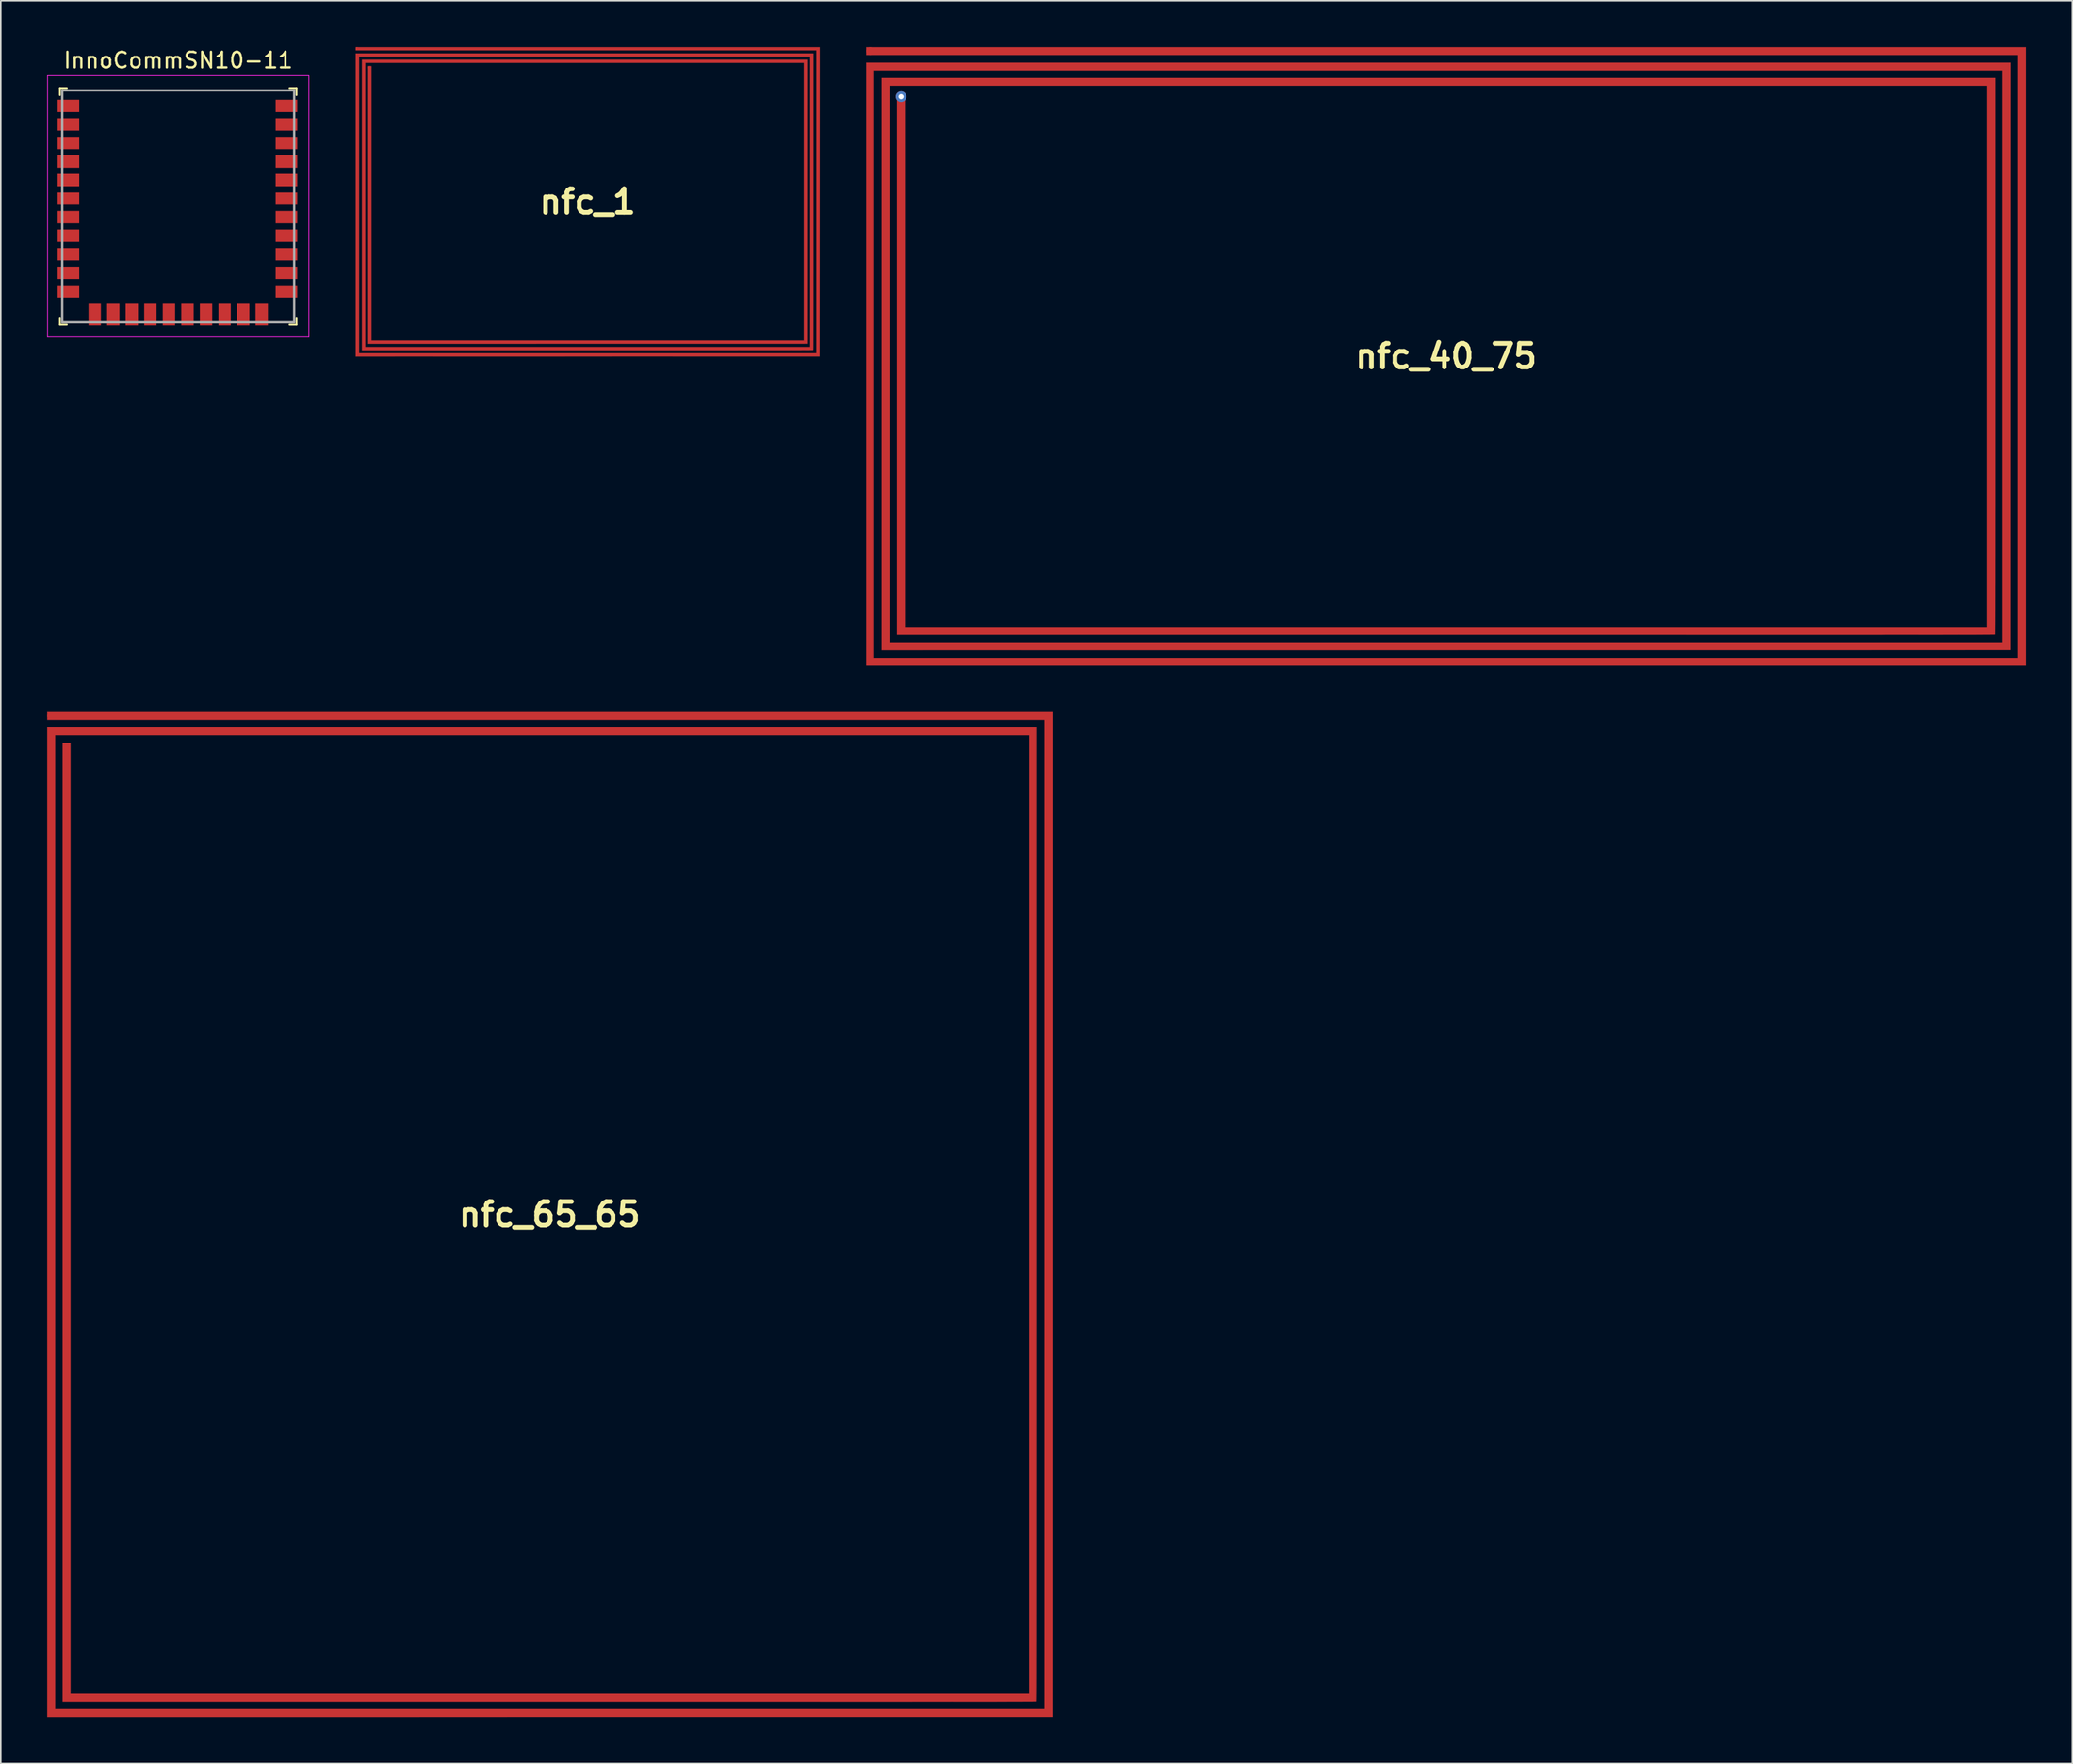
<source format=kicad_pcb>
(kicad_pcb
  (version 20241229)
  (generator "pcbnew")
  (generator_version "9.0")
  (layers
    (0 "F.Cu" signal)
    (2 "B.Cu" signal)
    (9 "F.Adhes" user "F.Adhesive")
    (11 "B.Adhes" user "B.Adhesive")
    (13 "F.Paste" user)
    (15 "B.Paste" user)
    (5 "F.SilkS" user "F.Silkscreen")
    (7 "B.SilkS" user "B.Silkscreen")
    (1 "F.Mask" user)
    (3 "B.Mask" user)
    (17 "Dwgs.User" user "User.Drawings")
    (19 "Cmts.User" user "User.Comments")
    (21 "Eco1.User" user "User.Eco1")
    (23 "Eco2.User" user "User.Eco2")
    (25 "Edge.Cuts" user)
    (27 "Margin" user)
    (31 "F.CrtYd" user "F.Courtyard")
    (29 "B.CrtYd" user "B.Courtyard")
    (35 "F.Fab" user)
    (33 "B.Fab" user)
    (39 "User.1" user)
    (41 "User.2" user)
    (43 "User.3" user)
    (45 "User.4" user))
  (footprint "nfc_40_75"
    (layer "F.Cu")
    (at 90.466 19.997)
    (property "Reference" "nfc_40_75" (at 0 0 0) (layer "F.SilkS") (effects (font (size 1.524 1.524) (thickness 0.3))))
    (attr through_hole)
    (fp_poly (pts (xy 37.497 20.003) (xy -37.497 20.003) (xy -37.497 -18.997) (xy 36.502 -18.997) (xy 36.499 0.003) (xy 36.497 19.002) (xy -0.003 19.005) (xy -36.502 19.008) (xy -36.502 -18.002) (xy 35.507 -18.002) (xy 35.507 -0.01) (xy 35.507 0.745) (xy 35.507 1.478) (xy 35.507 2.192) (xy 35.507 2.884) (xy 35.507 3.557) (xy 35.507 4.21) (xy 35.507 4.844) (xy 35.507 5.458) (xy 35.507 6.053) (xy 35.507 6.63) (xy 35.507 7.189) (xy 35.507 7.729) (xy 35.507 8.252) (xy 35.507 8.757) (xy 35.507 9.245) (xy 35.507 9.716) (xy 35.506 10.17) (xy 35.506 10.608) (xy 35.506 11.03) (xy 35.506 11.437) (xy 35.506 11.827) (xy 35.506 12.203) (xy 35.506 12.564) (xy 35.506 12.909) (xy 35.505 13.241) (xy 35.505 13.558) (xy 35.505 13.862) (xy 35.505 14.152) (xy 35.505 14.429) (xy 35.505 14.693) (xy 35.504 14.944) (xy 35.504 15.183) (xy 35.504 15.41) (xy 35.504 15.625) (xy 35.503 15.829) (xy 35.503 16.021) (xy 35.503 16.202) (xy 35.503 16.373) (xy 35.502 16.533) (xy 35.502 16.683) (xy 35.502 16.823) (xy 35.501 16.954) (xy 35.501 17.075) (xy 35.501 17.187) (xy 35.5 17.291) (xy 35.5 17.386) (xy 35.499 17.473) (xy 35.499 17.553) (xy 35.499 17.624) (xy 35.498 17.689) (xy 35.498 17.746) (xy 35.497 17.797) (xy 35.497 17.841) (xy 35.496 17.879) (xy 35.496 17.912) (xy 35.495 17.938) (xy 35.494 17.96) (xy 35.494 17.976) (xy 35.493 17.988) (xy 35.493 17.995) (xy 35.492 17.998) (xy 35.492 17.998) (xy 35.49 17.998) (xy 35.483 17.999) (xy 35.472 17.999) (xy 35.457 17.999) (xy 35.437 18) (xy 35.413 18) (xy 35.383 18.001) (xy 35.348 18.001) (xy 35.307 18.001) (xy 35.261 18.002) (xy 35.209 18.002) (xy 35.151 18.003) (xy 35.086 18.003) (xy 35.015 18.003) (xy 34.938 18.004) (xy 34.853 18.004) (xy 34.762 18.004) (xy 34.663 18.005) (xy 34.557 18.005) (xy 34.443 18.005) (xy 34.321 18.005) (xy 34.191 18.006) (xy 34.053 18.006) (xy 33.906 18.006) (xy 33.751 18.007) (xy 33.586 18.007) (xy 33.413 18.007) (xy 33.23 18.007) (xy 33.038 18.008) (xy 32.836 18.008) (xy 32.624 18.008) (xy 32.402 18.008) (xy 32.17 18.008) (xy 31.927 18.009) (xy 31.673 18.009) (xy 31.409 18.009) (xy 31.134 18.009) (xy 30.847 18.009) (xy 30.548 18.01) (xy 30.238 18.01) (xy 29.916 18.01) (xy 29.582 18.01) (xy 29.236 18.01) (xy 28.877 18.01) (xy 28.505 18.01) (xy 28.12 18.011) (xy 27.723 18.011) (xy 27.312 18.011) (xy 26.887 18.011) (xy 26.449 18.011) (xy 25.996 18.011) (xy 25.53 18.011) (xy 25.049 18.011) (xy 24.554 18.012) (xy 24.044 18.012) (xy 23.519 18.012) (xy 22.978 18.012) (xy 22.423 18.012) (xy 21.852 18.012) (xy 21.265 18.012) (xy 20.662 18.012) (xy 20.043 18.012) (xy 19.408 18.012) (xy 18.756 18.012) (xy 18.088 18.012) (xy 17.402 18.012) (xy 16.699 18.012) (xy 15.979 18.012) (xy 15.241 18.013) (xy 14.486 18.013) (xy 13.713 18.013) (xy 12.921 18.013) (xy 12.111 18.013) (xy 11.282 18.013) (xy 10.435 18.013) (xy 9.569 18.013) (xy 8.683 18.013) (xy 7.779 18.013) (xy 6.854 18.013) (xy 5.91 18.013) (xy 4.946 18.013) (xy 3.961 18.013) (xy 2.956 18.013) (xy 1.931 18.013) (xy 0.885 18.013) (xy -0.015 18.013) (xy -35.507 18.013) (xy -35.507 -16.997) (xy -34.999 -16.997) (xy -34.999 17.505) (xy 34.999 17.505) (xy 34.999 -17.505) (xy -35.994 -17.505) (xy -35.994 18.5) (xy 35.994 18.5) (xy 35.994 -18.5) (xy -36.989 -18.5) (xy -36.989 19.505) (xy 36.999 19.505) (xy 36.999 -19.494) (xy -37.497 -19.494) (xy -37.497 -19.992) (xy 37.497 -19.992) (xy 37.497 20.003)) (stroke (width 0.01) (type solid)) (fill yes) (layer "F.Cu"))
    (pad "1" thru_hole circle (at -35.245 -16.797) (size 0.686 0.686) (drill 0.33) (layers "*.Cu" "*.Mask"))
    (pad "2" smd circle (at -37.247 -19.743) (size 0.5 0.5) (layers "F.Cu" "F.Mask" "F.Paste")))
  (footprint "InnoCommSN10-11"
    (layer "F.Cu")
    (at 8.475 10.298)
    (property "Reference" "InnoCommSN10-11" (at 0 -9.45 0) (layer "F.SilkS") (effects (font (size 1 1) (thickness 0.15))))
    (attr smd)
    (fp_line (start -7.65 -7.65) (end -7.2 -7.65) (stroke (width 0.12) (type solid)) (layer "F.SilkS"))
    (fp_line (start -7.65 -7.2) (end -7.65 -7.65) (stroke (width 0.12) (type solid)) (layer "F.SilkS"))
    (fp_line (start -7.65 7.65) (end -7.65 7.2) (stroke (width 0.12) (type solid)) (layer "F.SilkS"))
    (fp_line (start -7.2 7.65) (end -7.65 7.65) (stroke (width 0.12) (type solid)) (layer "F.SilkS"))
    (fp_line (start 7.2 -7.65) (end 7.65 -7.65) (stroke (width 0.12) (type solid)) (layer "F.SilkS"))
    (fp_line (start 7.2 7.65) (end 7.65 7.65) (stroke (width 0.12) (type solid)) (layer "F.SilkS"))
    (fp_line (start 7.65 -7.65) (end 7.65 -7.2) (stroke (width 0.12) (type solid)) (layer "F.SilkS"))
    (fp_line (start 7.65 7.65) (end 7.65 7.2) (stroke (width 0.12) (type solid)) (layer "F.SilkS"))
    (fp_line (start -8.45 -8.45) (end 8.45 -8.45) (stroke (width 0.05) (type solid)) (layer "F.CrtYd"))
    (fp_line (start -8.45 8.45) (end -8.45 -8.45) (stroke (width 0.05) (type solid)) (layer "F.CrtYd"))
    (fp_line (start 8.45 -8.45) (end 8.45 8.45) (stroke (width 0.05) (type solid)) (layer "F.CrtYd"))
    (fp_line (start 8.45 8.45) (end -8.45 8.45) (stroke (width 0.05) (type solid)) (layer "F.CrtYd"))
    (fp_line (start -7.5 -7.5) (end -7.5 7.5) (stroke (width 0.15) (type solid)) (layer "F.Fab"))
    (fp_line (start -7.5 7.5) (end 7.5 7.5) (stroke (width 0.15) (type solid)) (layer "F.Fab"))
    (fp_line (start 7.5 -7.5) (end -7.5 -7.5) (stroke (width 0.15) (type solid)) (layer "F.Fab"))
    (fp_line (start 7.5 7.5) (end 7.5 -7.5) (stroke (width 0.15) (type solid)) (layer "F.Fab"))
    (pad "1" smd rect (at -7.1 -6.5 90) (size 0.8 1.4) (layers "F.Cu" "F.Mask" "F.Paste"))
    (pad "2" smd rect (at -7.1 -5.3 90) (size 0.8 1.4) (layers "F.Cu" "F.Mask" "F.Paste"))
    (pad "3" smd rect (at -7.1 -4.1 90) (size 0.8 1.4) (layers "F.Cu" "F.Mask" "F.Paste"))
    (pad "4" smd rect (at -7.1 -2.9 90) (size 0.8 1.4) (layers "F.Cu" "F.Mask" "F.Paste"))
    (pad "5" smd rect (at -7.1 -1.7 90) (size 0.8 1.4) (layers "F.Cu" "F.Mask" "F.Paste"))
    (pad "6" smd rect (at -7.1 -0.5 90) (size 0.8 1.4) (layers "F.Cu" "F.Mask" "F.Paste"))
    (pad "7" smd rect (at -7.1 0.7 90) (size 0.8 1.4) (layers "F.Cu" "F.Mask" "F.Paste"))
    (pad "8" smd rect (at -7.1 1.9 90) (size 0.8 1.4) (layers "F.Cu" "F.Mask" "F.Paste"))
    (pad "9" smd rect (at -7.1 3.1 90) (size 0.8 1.4) (layers "F.Cu" "F.Mask" "F.Paste"))
    (pad "10" smd rect (at -7.1 4.3 90) (size 0.8 1.4) (layers "F.Cu" "F.Mask" "F.Paste"))
    (pad "11" smd rect (at -7.1 5.5 90) (size 0.8 1.4) (layers "F.Cu" "F.Mask" "F.Paste"))
    (pad "12" smd rect (at -5.4 7) (size 0.8 1.4) (layers "F.Cu" "F.Mask" "F.Paste"))
    (pad "13" smd rect (at -4.2 7) (size 0.8 1.4) (layers "F.Cu" "F.Mask" "F.Paste"))
    (pad "14" smd rect (at -3 7) (size 0.8 1.4) (layers "F.Cu" "F.Mask" "F.Paste"))
    (pad "15" smd rect (at -1.8 7) (size 0.8 1.4) (layers "F.Cu" "F.Mask" "F.Paste"))
    (pad "16" smd rect (at -0.6 7) (size 0.8 1.4) (layers "F.Cu" "F.Mask" "F.Paste"))
    (pad "17" smd rect (at 0.6 7) (size 0.8 1.4) (layers "F.Cu" "F.Mask" "F.Paste"))
    (pad "18" smd rect (at 1.8 7) (size 0.8 1.4) (layers "F.Cu" "F.Mask" "F.Paste"))
    (pad "19" smd rect (at 3 7) (size 0.8 1.4) (layers "F.Cu" "F.Mask" "F.Paste"))
    (pad "20" smd rect (at 4.2 7) (size 0.8 1.4) (layers "F.Cu" "F.Mask" "F.Paste"))
    (pad "21" smd rect (at 5.4 7) (size 0.8 1.4) (layers "F.Cu" "F.Mask" "F.Paste"))
    (pad "22" smd rect (at 7 5.5 90) (size 0.8 1.4) (layers "F.Cu" "F.Mask" "F.Paste"))
    (pad "23" smd rect (at 7 4.3 90) (size 0.8 1.4) (layers "F.Cu" "F.Mask" "F.Paste"))
    (pad "24" smd rect (at 7 3.1 90) (size 0.8 1.4) (layers "F.Cu" "F.Mask" "F.Paste"))
    (pad "25" smd rect (at 7 1.9 90) (size 0.8 1.4) (layers "F.Cu" "F.Mask" "F.Paste"))
    (pad "26" smd rect (at 7 0.7 90) (size 0.8 1.4) (layers "F.Cu" "F.Mask" "F.Paste"))
    (pad "27" smd rect (at 7 -0.5 90) (size 0.8 1.4) (layers "F.Cu" "F.Mask" "F.Paste"))
    (pad "28" smd rect (at 7 -1.7 90) (size 0.8 1.4) (layers "F.Cu" "F.Mask" "F.Paste"))
    (pad "29" smd rect (at 7 -2.9 90) (size 0.8 1.4) (layers "F.Cu" "F.Mask" "F.Paste"))
    (pad "30" smd rect (at 7 -4.1 90) (size 0.8 1.4) (layers "F.Cu" "F.Mask" "F.Paste"))
    (pad "31" smd rect (at 7 -5.3 90) (size 0.8 1.4) (layers "F.Cu" "F.Mask" "F.Paste"))
    (pad "32" smd rect (at 7 -6.5 90) (size 0.8 1.4) (layers "F.Cu" "F.Mask" "F.Paste")))
  (footprint "nfc_1"
    (layer "F.Cu")
    (at 34.952 9.996)
    (property "Reference" "nfc_1" (at 0 0 0) (layer "F.SilkS") (effects (font (size 1.524 1.524) (thickness 0.3))))
    (attr through_hole)
    (fp_poly (pts (xy 15.005 0.008) (xy 15.002 10.007) (xy 0.003 10.009) (xy -14.997 10.012) (xy -14.997 -9.588) (xy 14.605 -9.588) (xy 14.605 -0.005) (xy 14.605 0.543) (xy 14.605 1.071) (xy 14.605 1.578) (xy 14.605 2.064) (xy 14.605 2.532) (xy 14.605 2.98) (xy 14.605 3.409) (xy 14.605 3.819) (xy 14.605 4.212) (xy 14.605 4.587) (xy 14.604 4.945) (xy 14.604 5.286) (xy 14.604 5.61) (xy 14.604 5.918) (xy 14.604 6.211) (xy 14.604 6.488) (xy 14.604 6.75) (xy 14.603 6.997) (xy 14.603 7.231) (xy 14.603 7.45) (xy 14.603 7.657) (xy 14.602 7.85) (xy 14.602 8.03) (xy 14.602 8.199) (xy 14.601 8.355) (xy 14.601 8.5) (xy 14.601 8.634) (xy 14.6 8.757) (xy 14.6 8.87) (xy 14.599 8.973) (xy 14.599 9.067) (xy 14.599 9.151) (xy 14.598 9.227) (xy 14.597 9.294) (xy 14.597 9.354) (xy 14.596 9.406) (xy 14.596 9.45) (xy 14.595 9.488) (xy 14.594 9.519) (xy 14.594 9.545) (xy 14.593 9.564) (xy 14.592 9.579) (xy 14.591 9.588) (xy 14.59 9.594) (xy 14.59 9.595) (xy 14.587 9.595) (xy 14.58 9.596) (xy 14.569 9.597) (xy 14.553 9.597) (xy 14.531 9.598) (xy 14.505 9.598) (xy 14.472 9.599) (xy 14.434 9.6) (xy 14.389 9.6) (xy 14.337 9.601) (xy 14.278 9.601) (xy 14.212 9.602) (xy 14.139 9.602) (xy 14.057 9.603) (xy 13.967 9.603) (xy 13.869 9.603) (xy 13.762 9.604) (xy 13.645 9.604) (xy 13.519 9.605) (xy 13.383 9.605) (xy 13.237 9.605) (xy 13.08 9.606) (xy 12.913 9.606) (xy 12.735 9.606) (xy 12.545 9.606) (xy 12.343 9.607) (xy 12.129 9.607) (xy 11.903 9.607) (xy 11.665 9.607) (xy 11.413 9.608) (xy 11.148 9.608) (xy 10.869 9.608) (xy 10.577 9.608) (xy 10.27 9.608) (xy 9.949 9.608) (xy 9.613 9.609) (xy 9.261 9.609) (xy 8.894 9.609) (xy 8.511 9.609) (xy 8.113 9.609) (xy 7.697 9.609) (xy 7.265 9.609) (xy 6.816 9.609) (xy 6.349 9.609) (xy 5.865 9.609) (xy 5.363 9.609) (xy 4.842 9.61) (xy 4.303 9.61) (xy 3.744 9.61) (xy 3.167 9.61) (xy 2.57 9.61) (xy 1.953 9.61) (xy 1.315 9.61) (xy 0.657 9.61) (xy -0.01 9.61) (xy -14.594 9.61) (xy -14.594 -9.186) (xy 14.192 -9.186) (xy 14.187 9.192) (xy -0.003 9.194) (xy -14.192 9.197) (xy -14.192 -8.774) (xy -13.981 -8.774) (xy -13.981 8.985) (xy 13.981 8.985) (xy 13.981 -8.985) (xy -14.383 -8.985) (xy -14.383 9.398) (xy 14.393 9.398) (xy 14.393 -9.387) (xy -14.785 -9.387) (xy -14.785 9.8) (xy 14.796 9.8) (xy 14.796 -9.79) (xy -14.997 -9.79) (xy -14.997 -9.991) (xy 15.007 -9.991) (xy 15.005 0.008)) (stroke (width 0.01) (type solid)) (fill yes) (layer "F.Cu"))
    (pad "1" smd circle (at -14.9 -9.89) (size 0.2 0.2) (layers "F.Cu" "F.Mask" "F.Paste"))
    (pad "2" smd circle (at -14.09 -8.675) (size 0.2 0.2) (layers "F.Cu" "F.Mask" "F.Paste")))
  (footprint "nfc_65_65"
    (layer "F.Cu")
    (at 32.496 75.5)
    (property "Reference" "nfc_65_65" (at 0 0 0) (layer "F.SilkS") (effects (font (size 1.524 1.524) (thickness 0.3))))
    (attr through_hole)
    (fp_poly (pts (xy 32.509 0.008) (xy 32.507 32.507) (xy 0.008 32.509) (xy -32.491 32.512) (xy -32.491 -31.496) (xy 31.517 -31.496) (xy 31.517 -0.005) (xy 31.517 0.997) (xy 31.517 1.978) (xy 31.517 2.938) (xy 31.517 3.877) (xy 31.517 4.796) (xy 31.517 5.695) (xy 31.517 6.574) (xy 31.517 7.433) (xy 31.517 8.273) (xy 31.517 9.094) (xy 31.517 9.896) (xy 31.517 10.678) (xy 31.517 11.443) (xy 31.517 12.189) (xy 31.517 12.916) (xy 31.517 13.626) (xy 31.517 14.318) (xy 31.517 14.993) (xy 31.517 15.65) (xy 31.517 16.29) (xy 31.517 16.913) (xy 31.517 17.52) (xy 31.516 18.11) (xy 31.516 18.683) (xy 31.516 19.241) (xy 31.516 19.783) (xy 31.516 20.31) (xy 31.516 20.821) (xy 31.516 21.316) (xy 31.516 21.797) (xy 31.516 22.263) (xy 31.516 22.715) (xy 31.516 23.152) (xy 31.515 23.575) (xy 31.515 23.985) (xy 31.515 24.38) (xy 31.515 24.762) (xy 31.515 25.131) (xy 31.515 25.487) (xy 31.515 25.83) (xy 31.514 26.161) (xy 31.514 26.479) (xy 31.514 26.785) (xy 31.514 27.079) (xy 31.514 27.361) (xy 31.514 27.631) (xy 31.513 27.891) (xy 31.513 28.139) (xy 31.513 28.376) (xy 31.513 28.603) (xy 31.512 28.819) (xy 31.512 29.025) (xy 31.512 29.221) (xy 31.512 29.407) (xy 31.512 29.584) (xy 31.511 29.751) (xy 31.511 29.909) (xy 31.511 30.058) (xy 31.51 30.198) (xy 31.51 30.33) (xy 31.51 30.453) (xy 31.51 30.568) (xy 31.509 30.675) (xy 31.509 30.775) (xy 31.509 30.867) (xy 31.508 30.952) (xy 31.508 31.03) (xy 31.507 31.101) (xy 31.507 31.166) (xy 31.507 31.224) (xy 31.506 31.276) (xy 31.506 31.322) (xy 31.506 31.362) (xy 31.505 31.397) (xy 31.505 31.426) (xy 31.504 31.45) (xy 31.504 31.469) (xy 31.503 31.484) (xy 31.503 31.494) (xy 31.502 31.5) (xy 31.502 31.502) (xy 31.5 31.503) (xy 31.493 31.503) (xy 31.482 31.503) (xy 31.467 31.504) (xy 31.447 31.504) (xy 31.422 31.505) (xy 31.392 31.505) (xy 31.356 31.506) (xy 31.315 31.506) (xy 31.269 31.506) (xy 31.216 31.507) (xy 31.157 31.507) (xy 31.091 31.508) (xy 31.019 31.508) (xy 30.94 31.508) (xy 30.855 31.509) (xy 30.761 31.509) (xy 30.66 31.509) (xy 30.552 31.51) (xy 30.436 31.51) (xy 30.311 31.51) (xy 30.178 31.51) (xy 30.037 31.511) (xy 29.887 31.511) (xy 29.727 31.511) (xy 29.559 31.512) (xy 29.381 31.512) (xy 29.193 31.512) (xy 28.996 31.512) (xy 28.789 31.513) (xy 28.571 31.513) (xy 28.343 31.513) (xy 28.104 31.513) (xy 27.854 31.513) (xy 27.593 31.514) (xy 27.321 31.514) (xy 27.037 31.514) (xy 26.741 31.514) (xy 26.434 31.514) (xy 26.114 31.514) (xy 25.782 31.515) (xy 25.437 31.515) (xy 25.079 31.515) (xy 24.708 31.515) (xy 24.324 31.515) (xy 23.927 31.515) (xy 23.515 31.515) (xy 23.09 31.516) (xy 22.651 31.516) (xy 22.197 31.516) (xy 21.729 31.516) (xy 21.246 31.516) (xy 20.748 31.516) (xy 20.235 31.516) (xy 19.706 31.516) (xy 19.162 31.516) (xy 18.602 31.516) (xy 18.026 31.516) (xy 17.433 31.517) (xy 16.824 31.517) (xy 16.199 31.517) (xy 15.556 31.517) (xy 14.897 31.517) (xy 14.22 31.517) (xy 13.525 31.517) (xy 12.813 31.517) (xy 12.082 31.517) (xy 11.334 31.517) (xy 10.567 31.517) (xy 9.781 31.517) (xy 8.977 31.517) (xy 8.153 31.517) (xy 7.311 31.517) (xy 6.449 31.517) (xy 5.567 31.517) (xy 4.665 31.517) (xy 3.743 31.517) (xy 2.801 31.517) (xy 1.838 31.517) (xy 0.854 31.517) (xy -0.005 31.517) (xy -31.496 31.517) (xy -31.496 -30.501) (xy -30.988 -30.501) (xy -30.988 31.009) (xy 31.009 31.009) (xy 31.009 -30.999) (xy -31.983 -30.999) (xy -31.983 32.004) (xy 32.004 32.004) (xy 32.004 -31.993) (xy -32.491 -31.993) (xy -32.491 -32.491) (xy 32.512 -32.491) (xy 32.509 0.008)) (stroke (width 0.01) (type solid)) (fill yes) (layer "F.Cu"))
    (pad "1" smd circle (at -32.29 -32.25) (size 0.4 0.4) (layers "F.Cu" "F.Mask" "F.Paste"))
    (pad "2" smd circle (at -31.23 -30.3) (size 0.4 0.4) (layers "F.Cu" "F.Mask" "F.Paste")))
  (gr_rect
    (start -3 -3)
    (end 130.967 111.017)
    (stroke (width 0.1) (type default))
    (fill no)
    (layer "Edge.Cuts")))
</source>
